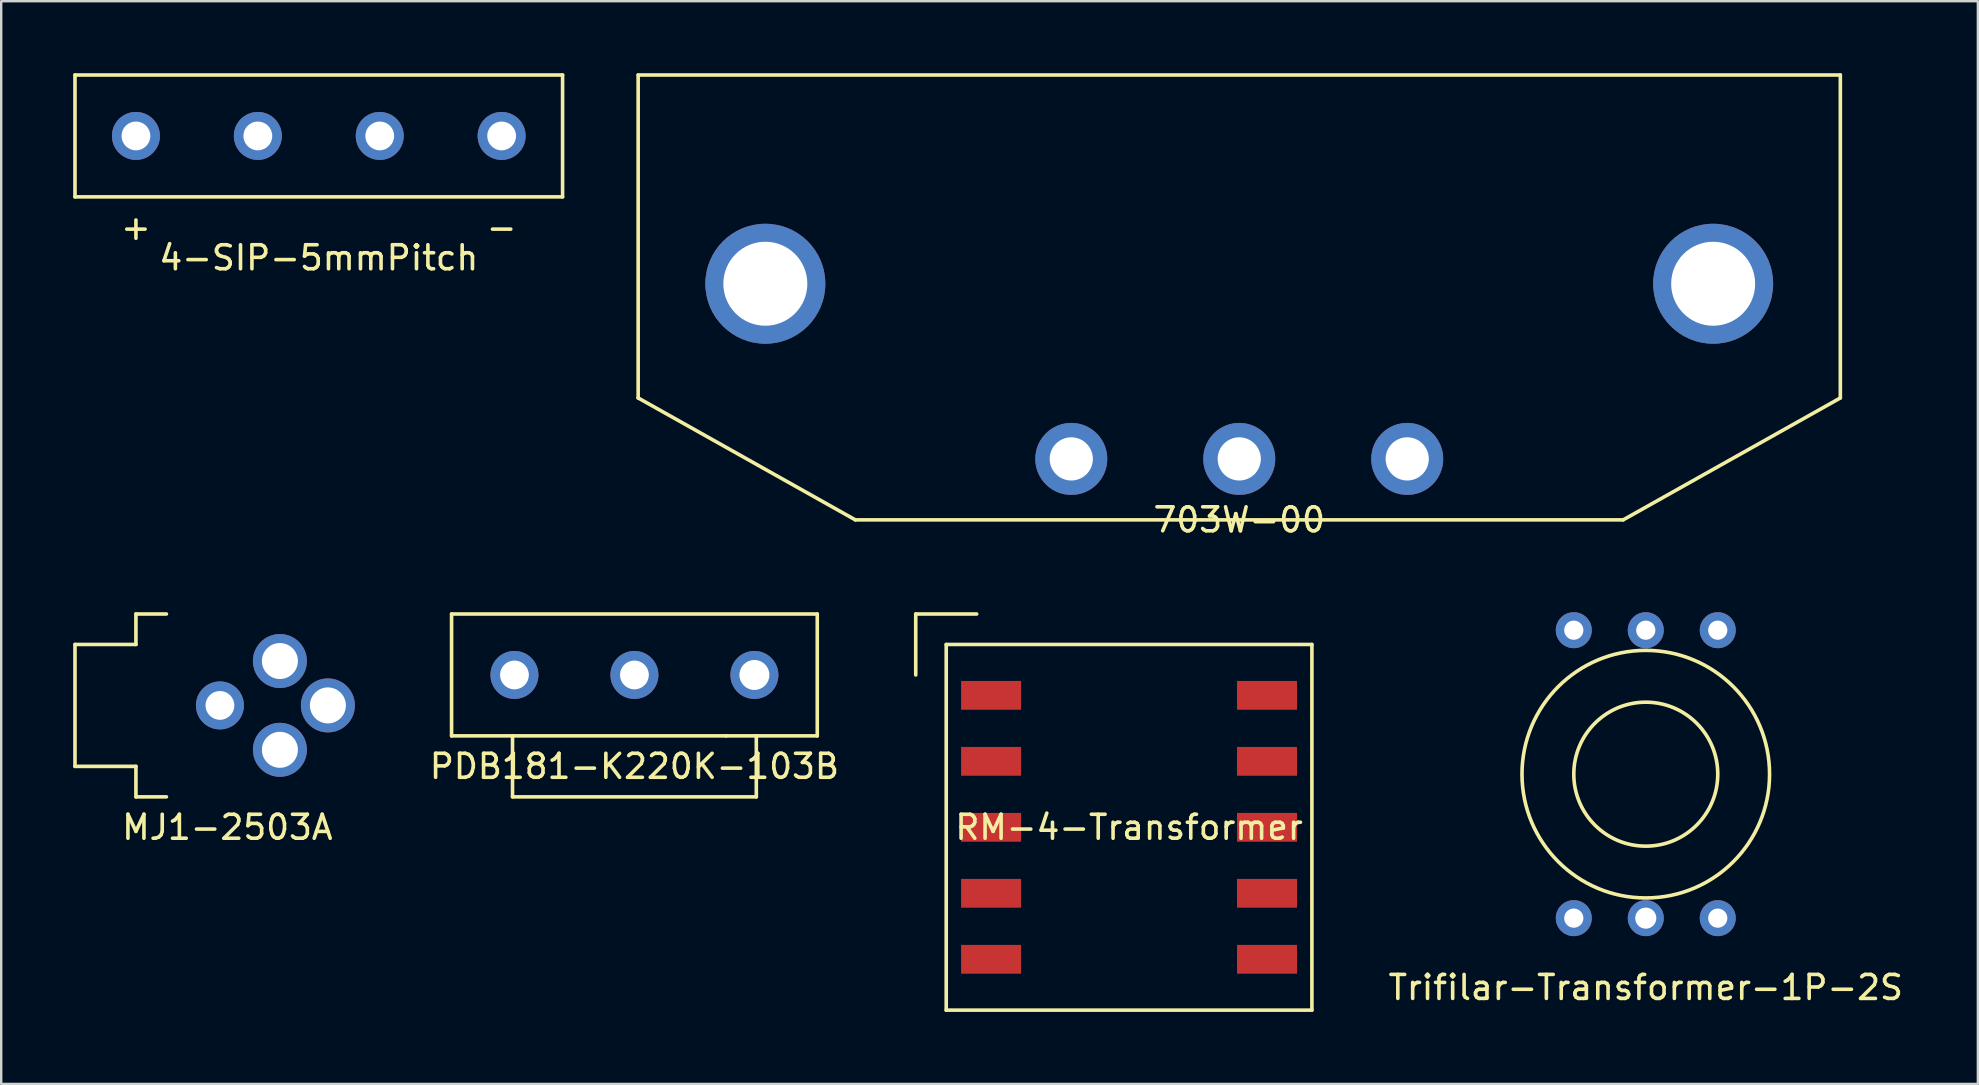
<source format=kicad_pcb>
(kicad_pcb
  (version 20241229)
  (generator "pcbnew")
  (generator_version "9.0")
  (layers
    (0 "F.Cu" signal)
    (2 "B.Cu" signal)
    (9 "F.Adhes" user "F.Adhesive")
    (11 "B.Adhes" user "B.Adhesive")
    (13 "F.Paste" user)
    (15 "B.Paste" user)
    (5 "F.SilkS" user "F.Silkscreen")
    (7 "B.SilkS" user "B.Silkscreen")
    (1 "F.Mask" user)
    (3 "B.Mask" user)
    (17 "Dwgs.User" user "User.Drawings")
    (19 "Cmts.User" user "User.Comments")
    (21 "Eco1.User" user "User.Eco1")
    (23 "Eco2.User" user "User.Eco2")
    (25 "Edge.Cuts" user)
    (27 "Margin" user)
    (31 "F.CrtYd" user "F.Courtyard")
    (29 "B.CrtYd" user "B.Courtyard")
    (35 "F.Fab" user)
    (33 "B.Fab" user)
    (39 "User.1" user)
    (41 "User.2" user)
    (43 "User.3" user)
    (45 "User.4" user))
  (footprint "PDB181-K220K-103B"
    (layer "F.Cu")
    (at 23.389 25.078)
    (property "Reference" "PDB181-K220K-103B" (at 0 3.81 0) (layer "F.SilkS") (effects (font (size 1 1) (thickness 0.15))))
    (attr through_hole)
    (fp_line (start -7.62 -2.54) (end -7.62 2.54) (stroke (width 0.15) (type solid)) (layer "F.SilkS"))
    (fp_line (start -7.62 2.54) (end -5.08 2.54) (stroke (width 0.15) (type solid)) (layer "F.SilkS"))
    (fp_line (start -5.08 2.54) (end -5.08 5.08) (stroke (width 0.15) (type solid)) (layer "F.SilkS"))
    (fp_line (start -5.08 2.54) (end 3.81 2.54) (stroke (width 0.15) (type solid)) (layer "F.SilkS"))
    (fp_line (start -5.08 5.08) (end 5.08 5.08) (stroke (width 0.15) (type solid)) (layer "F.SilkS"))
    (fp_line (start 3.81 2.54) (end 7.62 2.54) (stroke (width 0.15) (type solid)) (layer "F.SilkS"))
    (fp_line (start 5.08 5.08) (end 5.08 2.54) (stroke (width 0.15) (type solid)) (layer "F.SilkS"))
    (fp_line (start 7.62 -2.54) (end -7.62 -2.54) (stroke (width 0.15) (type solid)) (layer "F.SilkS"))
    (fp_line (start 7.62 2.54) (end 7.62 -2.54) (stroke (width 0.15) (type solid)) (layer "F.SilkS"))
    (pad "1" thru_hole circle (at -5 0) (size 2 2) (drill 1.2) (layers "*.Cu" "*.Mask"))
    (pad "2" thru_hole circle (at 0 0) (size 2 2) (drill 1.2) (layers "*.Cu" "*.Mask"))
    (pad "3" thru_hole circle (at 5 0) (size 2 2) (drill 1.25) (layers "*.Cu" "*.Mask")))
  (footprint "MJ1-2503A"
    (layer "F.Cu")
    (at 2.615 26.348)
    (property "Reference" "MJ1-2503A" (at 3.81 5.08 0) (layer "F.SilkS") (effects (font (size 1 1) (thickness 0.15))))
    (attr through_hole)
    (fp_line (start -2.54 -2.54) (end -2.54 2.54) (stroke (width 0.15) (type solid)) (layer "F.SilkS"))
    (fp_line (start -2.54 2.54) (end 0 2.54) (stroke (width 0.15) (type solid)) (layer "F.SilkS"))
    (fp_line (start 0 -3.81) (end 1.27 -3.81) (stroke (width 0.15) (type solid)) (layer "F.SilkS"))
    (fp_line (start 0 -2.54) (end -2.54 -2.54) (stroke (width 0.15) (type solid)) (layer "F.SilkS"))
    (fp_line (start 0 -2.54) (end 0 -3.81) (stroke (width 0.15) (type solid)) (layer "F.SilkS"))
    (fp_line (start 0 2.54) (end 0 3.81) (stroke (width 0.15) (type solid)) (layer "F.SilkS"))
    (fp_line (start 0 3.81) (end 1.27 3.81) (stroke (width 0.15) (type solid)) (layer "F.SilkS"))
    (pad "1" thru_hole circle (at 8 0) (size 2.25 2.25) (drill 1.5) (layers "*.Cu" "*.Mask"))
    (pad "2" thru_hole circle (at 6 -1.85) (size 2.25 2.25) (drill 1.5) (layers "*.Cu" "*.Mask"))
    (pad "2" thru_hole circle (at 6 1.85) (size 2.25 2.25) (drill 1.5) (layers "*.Cu" "*.Mask"))
    (pad "~" thru_hole circle (at 3.5 0) (size 2 2) (drill 1.2) (layers "*.Cu" "*.Mask")))
  (footprint "RM-4-Transformer"
    (layer "F.Cu")
    (at 44.003 31.428)
    (property "Reference" "RM-4-Transformer" (at 0 0 0) (layer "F.SilkS") (effects (font (size 1 1) (thickness 0.15))))
    (attr through_hole)
    (fp_line (start -8.89 -8.89) (end -8.89 -6.35) (stroke (width 0.15) (type solid)) (layer "F.SilkS"))
    (fp_line (start -7.62 -7.62) (end -7.62 7.62) (stroke (width 0.15) (type solid)) (layer "F.SilkS"))
    (fp_line (start -7.62 7.62) (end 7.62 7.62) (stroke (width 0.15) (type solid)) (layer "F.SilkS"))
    (fp_line (start -6.35 -8.89) (end -8.89 -8.89) (stroke (width 0.15) (type solid)) (layer "F.SilkS"))
    (fp_line (start 7.62 -7.62) (end -7.62 -7.62) (stroke (width 0.15) (type solid)) (layer "F.SilkS"))
    (fp_line (start 7.62 7.62) (end 7.62 -7.62) (stroke (width 0.15) (type solid)) (layer "F.SilkS"))
    (pad "1" smd rect (at -5.75 -5.5) (size 2.5 1.2) (layers "F.Cu" "F.Mask" "F.Paste"))
    (pad "2" smd rect (at -5.75 -2.75) (size 2.5 1.2) (layers "F.Cu" "F.Mask" "F.Paste"))
    (pad "3" smd rect (at -5.75 0) (size 2.5 1.2) (layers "F.Cu" "F.Mask" "F.Paste"))
    (pad "4" smd rect (at -5.75 2.75) (size 2.5 1.2) (layers "F.Cu" "F.Mask" "F.Paste"))
    (pad "5" smd rect (at -5.75 5.5) (size 2.5 1.2) (layers "F.Cu" "F.Mask" "F.Paste"))
    (pad "6" smd rect (at 5.75 5.5) (size 2.5 1.2) (layers "F.Cu" "F.Mask" "F.Paste"))
    (pad "7" smd rect (at 5.75 2.75) (size 2.5 1.2) (layers "F.Cu" "F.Mask" "F.Paste"))
    (pad "8" smd rect (at 5.75 0) (size 2.5 1.2) (layers "F.Cu" "F.Mask" "F.Paste"))
    (pad "9" smd rect (at 5.75 -2.75) (size 2.5 1.2) (layers "F.Cu" "F.Mask" "F.Paste"))
    (pad "10" smd rect (at 5.75 -5.5) (size 2.5 1.2) (layers "F.Cu" "F.Mask" "F.Paste")))
  (footprint "703W-00"
    (layer "F.Cu")
    (at 48.595 16.075)
    (property "Reference" "703W-00" (at 0 2.54 0) (layer "F.SilkS") (effects (font (size 1 1) (thickness 0.15))))
    (attr through_hole)
    (fp_line (start -25.05 -16) (end 25.05 -16) (stroke (width 0.15) (type solid)) (layer "F.SilkS"))
    (fp_line (start -25.05 -2.54) (end -25.05 -16) (stroke (width 0.15) (type solid)) (layer "F.SilkS"))
    (fp_line (start -16 2.54) (end -25.05 -2.54) (stroke (width 0.15) (type solid)) (layer "F.SilkS"))
    (fp_line (start 16 2.54) (end -16 2.54) (stroke (width 0.15) (type solid)) (layer "F.SilkS"))
    (fp_line (start 25.05 -16) (end 25.05 -2.54) (stroke (width 0.15) (type solid)) (layer "F.SilkS"))
    (fp_line (start 25.05 -2.54) (end 16 2.54) (stroke (width 0.15) (type solid)) (layer "F.SilkS"))
    (pad "1" thru_hole circle (at -7 0) (size 3 3) (drill 1.8) (layers "*.Cu" "*.Mask"))
    (pad "2" thru_hole circle (at 7 0) (size 3 3) (drill 1.8) (layers "*.Cu" "*.Mask"))
    (pad "3" thru_hole circle (at 0 0) (size 3 3) (drill 1.8) (layers "*.Cu" "*.Mask"))
    (pad "~" thru_hole circle (at -19.75 -7.3) (size 5 5) (drill 3.5) (layers "*.Cu" "*.Mask"))
    (pad "~" thru_hole circle (at 19.75 -7.3) (size 5 5) (drill 3.5) (layers "*.Cu" "*.Mask")))
  (footprint "Trifilar-Transformer-1P-2S"
    (layer "F.Cu")
    (at 65.537 29.213)
    (property "Reference" "Trifilar-Transformer-1P-2S" (at 0 8.89 0) (layer "F.SilkS") (effects (font (size 1 1) (thickness 0.15))))
    (attr through_hole)
    (fp_circle (center 0 0) (end 3 0) (stroke (width 0.15) (type solid)) (fill no) (layer "F.SilkS"))
    (fp_circle (center 0 0) (end 5 -1.27) (stroke (width 0.15) (type solid)) (fill no) (layer "F.SilkS"))
    (pad "1" thru_hole circle (at 3 -6) (size 1.5 1.5) (drill 0.8) (layers "*.Cu" "*.Mask"))
    (pad "2" thru_hole circle (at 3 6) (size 1.5 1.5) (drill 0.8) (layers "*.Cu" "*.Mask"))
    (pad "3" thru_hole circle (at 0 -6) (size 1.5 1.5) (drill 0.8) (layers "*.Cu" "*.Mask"))
    (pad "4" thru_hole circle (at 0 6) (size 1.5 1.5) (drill 0.88) (layers "*.Cu" "*.Mask"))
    (pad "5" thru_hole circle (at -3 -6) (size 1.5 1.5) (drill 0.8) (layers "*.Cu" "*.Mask"))
    (pad "6" thru_hole circle (at -3 6) (size 1.5 1.5) (drill 0.8) (layers "*.Cu" "*.Mask")))
  (footprint "4-SIP-5mmPitch"
    (layer "F.Cu")
    (at 10.235 2.615)
    (property "Reference" "4-SIP-5mmPitch" (at 0 5.08 0) (layer "F.SilkS") (effects (font (size 1 1) (thickness 0.15))))
    (attr through_hole)
    (fp_line (start -10.16 -2.54) (end -10.16 2.54) (stroke (width 0.15) (type solid)) (layer "F.SilkS"))
    (fp_line (start -10.16 2.54) (end 10.16 2.54) (stroke (width 0.15) (type solid)) (layer "F.SilkS"))
    (fp_line (start 10.16 -2.54) (end -10.16 -2.54) (stroke (width 0.15) (type solid)) (layer "F.SilkS"))
    (fp_line (start 10.16 2.54) (end 10.16 -2.54) (stroke (width 0.15) (type solid)) (layer "F.SilkS"))
    (fp_text user "+" (at -7.62 3.81 0) (layer "F.SilkS") (effects (font (size 1 1) (thickness 0.15))))
    (fp_text user "-" (at 7.62 3.81 0) (layer "F.SilkS") (effects (font (size 1 1) (thickness 0.15))))
    (pad "1" thru_hole circle (at -7.62 0) (size 2 2) (drill 1.2) (layers "*.Cu" "*.Mask"))
    (pad "2" thru_hole circle (at -2.54 0) (size 2 2) (drill 1.2) (layers "*.Cu" "*.Mask"))
    (pad "3" thru_hole circle (at 7.62 0) (size 2 2) (drill 1.2) (layers "*.Cu" "*.Mask"))
    (pad "4" thru_hole circle (at 2.54 0) (size 2 2) (drill 1.2) (layers "*.Cu" "*.Mask")))
  (gr_rect
    (start -3 -3)
    (end 79.376 42.123)
    (stroke (width 0.1) (type default))
    (fill no)
    (layer "Edge.Cuts")))
</source>
